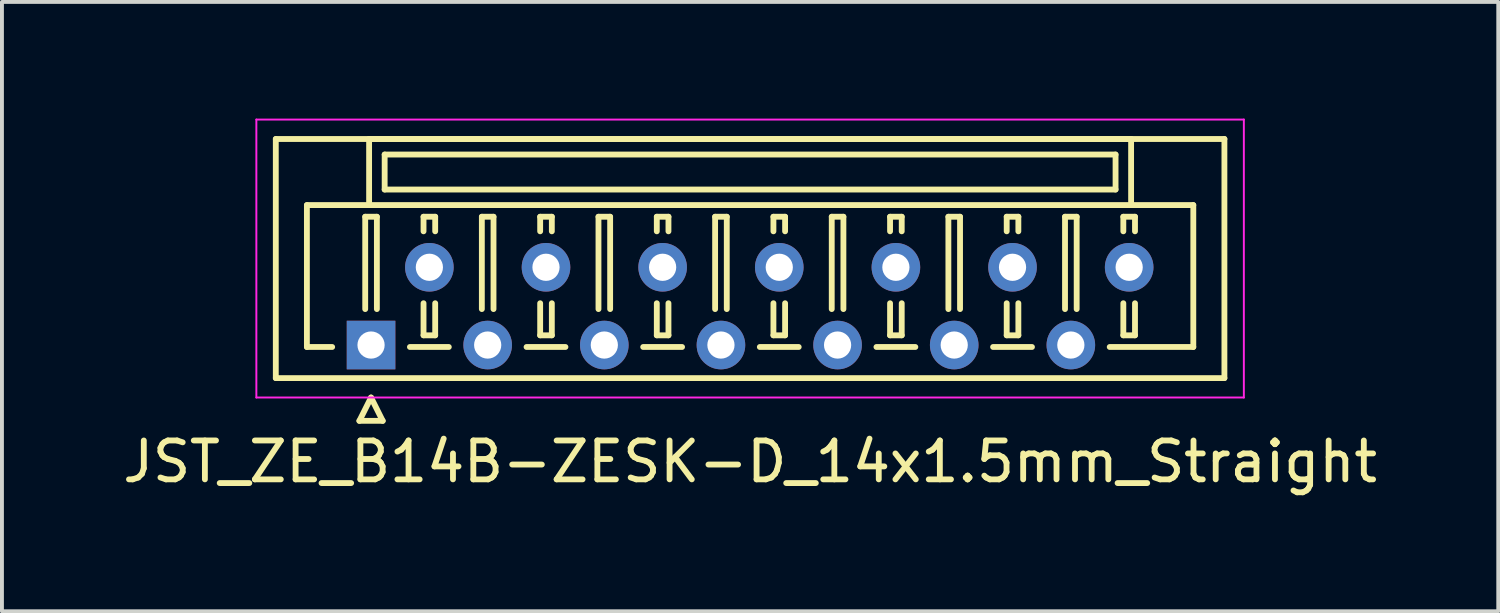
<source format=kicad_pcb>
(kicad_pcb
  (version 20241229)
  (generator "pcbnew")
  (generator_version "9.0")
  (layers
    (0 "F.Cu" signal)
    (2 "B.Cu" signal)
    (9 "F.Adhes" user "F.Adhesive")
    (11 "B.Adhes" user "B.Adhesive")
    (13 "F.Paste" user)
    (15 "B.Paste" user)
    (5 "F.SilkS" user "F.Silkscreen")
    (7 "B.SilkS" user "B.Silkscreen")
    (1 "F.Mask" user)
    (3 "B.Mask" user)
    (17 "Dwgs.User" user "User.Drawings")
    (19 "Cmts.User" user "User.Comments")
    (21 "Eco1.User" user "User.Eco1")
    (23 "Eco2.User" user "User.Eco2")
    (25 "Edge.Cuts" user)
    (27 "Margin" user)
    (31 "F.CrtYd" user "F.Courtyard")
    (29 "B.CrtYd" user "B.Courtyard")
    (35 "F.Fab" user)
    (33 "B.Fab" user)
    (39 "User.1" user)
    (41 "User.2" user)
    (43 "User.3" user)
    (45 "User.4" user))
  (footprint "JST_ZE_B14B-ZESK-D_14x1.5mm_Straight"
    (layer "F.Cu")
    (at 6.494 5.825)
    (property "Reference" "JST_ZE_B14B-ZESK-D_14x1.5mm_Straight" (at 9.75 3 0) (layer "F.SilkS") (effects (font (size 1 1) (thickness 0.15))))
    (attr through_hole)
    (fp_line (start -2.45 -5.3) (end -2.45 0.85) (stroke (width 0.15) (type solid)) (layer "F.SilkS"))
    (fp_line (start -2.45 0.85) (end 21.95 0.85) (stroke (width 0.15) (type solid)) (layer "F.SilkS"))
    (fp_line (start -1.65 -3.6) (end -1.65 0.05) (stroke (width 0.15) (type solid)) (layer "F.SilkS"))
    (fp_line (start -1.65 0.05) (end -1 0.05) (stroke (width 0.15) (type solid)) (layer "F.SilkS"))
    (fp_line (start -0.3 1.95) (end 0 1.35) (stroke (width 0.15) (type solid)) (layer "F.SilkS"))
    (fp_line (start -0.15 -3.3) (end 0.15 -3.3) (stroke (width 0.15) (type solid)) (layer "F.SilkS"))
    (fp_line (start -0.15 -0.925) (end -0.15 -3.3) (stroke (width 0.15) (type solid)) (layer "F.SilkS"))
    (fp_line (start -0.05 -5.3) (end -0.05 -3.6) (stroke (width 0.15) (type solid)) (layer "F.SilkS"))
    (fp_line (start -0.05 -3.6) (end -1.65 -3.6) (stroke (width 0.15) (type solid)) (layer "F.SilkS"))
    (fp_line (start -0.05 -3.6) (end 19.55 -3.6) (stroke (width 0.15) (type solid)) (layer "F.SilkS"))
    (fp_line (start 0 1.35) (end 0.3 1.95) (stroke (width 0.15) (type solid)) (layer "F.SilkS"))
    (fp_line (start 0.15 -3.3) (end 0.15 -0.925) (stroke (width 0.15) (type solid)) (layer "F.SilkS"))
    (fp_line (start 0.3 1.95) (end -0.3 1.95) (stroke (width 0.15) (type solid)) (layer "F.SilkS"))
    (fp_line (start 0.35 -4.9) (end 0.35 -4) (stroke (width 0.15) (type solid)) (layer "F.SilkS"))
    (fp_line (start 0.35 -4) (end 19.15 -4) (stroke (width 0.15) (type solid)) (layer "F.SilkS"))
    (fp_line (start 1 0.05) (end 2 0.05) (stroke (width 0.15) (type solid)) (layer "F.SilkS"))
    (fp_line (start 1.35 -3.3) (end 1.65 -3.3) (stroke (width 0.15) (type solid)) (layer "F.SilkS"))
    (fp_line (start 1.35 -2.925) (end 1.35 -3.3) (stroke (width 0.15) (type solid)) (layer "F.SilkS"))
    (fp_line (start 1.35 -1.075) (end 1.35 -0.25) (stroke (width 0.15) (type solid)) (layer "F.SilkS"))
    (fp_line (start 1.35 -0.25) (end 1.65 -0.25) (stroke (width 0.15) (type solid)) (layer "F.SilkS"))
    (fp_line (start 1.65 -3.3) (end 1.65 -2.925) (stroke (width 0.15) (type solid)) (layer "F.SilkS"))
    (fp_line (start 1.65 -0.25) (end 1.65 -1.075) (stroke (width 0.15) (type solid)) (layer "F.SilkS"))
    (fp_line (start 2.85 -3.3) (end 3.15 -3.3) (stroke (width 0.15) (type solid)) (layer "F.SilkS"))
    (fp_line (start 2.85 -0.925) (end 2.85 -3.3) (stroke (width 0.15) (type solid)) (layer "F.SilkS"))
    (fp_line (start 3.15 -3.3) (end 3.15 -0.925) (stroke (width 0.15) (type solid)) (layer "F.SilkS"))
    (fp_line (start 4 0.05) (end 5 0.05) (stroke (width 0.15) (type solid)) (layer "F.SilkS"))
    (fp_line (start 4.35 -3.3) (end 4.65 -3.3) (stroke (width 0.15) (type solid)) (layer "F.SilkS"))
    (fp_line (start 4.35 -2.925) (end 4.35 -3.3) (stroke (width 0.15) (type solid)) (layer "F.SilkS"))
    (fp_line (start 4.35 -1.075) (end 4.35 -0.25) (stroke (width 0.15) (type solid)) (layer "F.SilkS"))
    (fp_line (start 4.35 -0.25) (end 4.65 -0.25) (stroke (width 0.15) (type solid)) (layer "F.SilkS"))
    (fp_line (start 4.65 -3.3) (end 4.65 -2.925) (stroke (width 0.15) (type solid)) (layer "F.SilkS"))
    (fp_line (start 4.65 -0.25) (end 4.65 -1.075) (stroke (width 0.15) (type solid)) (layer "F.SilkS"))
    (fp_line (start 5.85 -3.3) (end 6.15 -3.3) (stroke (width 0.15) (type solid)) (layer "F.SilkS"))
    (fp_line (start 5.85 -0.925) (end 5.85 -3.3) (stroke (width 0.15) (type solid)) (layer "F.SilkS"))
    (fp_line (start 6.15 -3.3) (end 6.15 -0.925) (stroke (width 0.15) (type solid)) (layer "F.SilkS"))
    (fp_line (start 7 0.05) (end 8 0.05) (stroke (width 0.15) (type solid)) (layer "F.SilkS"))
    (fp_line (start 7.35 -3.3) (end 7.65 -3.3) (stroke (width 0.15) (type solid)) (layer "F.SilkS"))
    (fp_line (start 7.35 -2.925) (end 7.35 -3.3) (stroke (width 0.15) (type solid)) (layer "F.SilkS"))
    (fp_line (start 7.35 -1.075) (end 7.35 -0.25) (stroke (width 0.15) (type solid)) (layer "F.SilkS"))
    (fp_line (start 7.35 -0.25) (end 7.65 -0.25) (stroke (width 0.15) (type solid)) (layer "F.SilkS"))
    (fp_line (start 7.65 -3.3) (end 7.65 -2.925) (stroke (width 0.15) (type solid)) (layer "F.SilkS"))
    (fp_line (start 7.65 -0.25) (end 7.65 -1.075) (stroke (width 0.15) (type solid)) (layer "F.SilkS"))
    (fp_line (start 8.85 -3.3) (end 9.15 -3.3) (stroke (width 0.15) (type solid)) (layer "F.SilkS"))
    (fp_line (start 8.85 -0.925) (end 8.85 -3.3) (stroke (width 0.15) (type solid)) (layer "F.SilkS"))
    (fp_line (start 9.15 -3.3) (end 9.15 -0.925) (stroke (width 0.15) (type solid)) (layer "F.SilkS"))
    (fp_line (start 10 0.05) (end 11 0.05) (stroke (width 0.15) (type solid)) (layer "F.SilkS"))
    (fp_line (start 10.35 -3.3) (end 10.65 -3.3) (stroke (width 0.15) (type solid)) (layer "F.SilkS"))
    (fp_line (start 10.35 -2.925) (end 10.35 -3.3) (stroke (width 0.15) (type solid)) (layer "F.SilkS"))
    (fp_line (start 10.35 -1.075) (end 10.35 -0.25) (stroke (width 0.15) (type solid)) (layer "F.SilkS"))
    (fp_line (start 10.35 -0.25) (end 10.65 -0.25) (stroke (width 0.15) (type solid)) (layer "F.SilkS"))
    (fp_line (start 10.65 -3.3) (end 10.65 -2.925) (stroke (width 0.15) (type solid)) (layer "F.SilkS"))
    (fp_line (start 10.65 -0.25) (end 10.65 -1.075) (stroke (width 0.15) (type solid)) (layer "F.SilkS"))
    (fp_line (start 11.85 -3.3) (end 12.15 -3.3) (stroke (width 0.15) (type solid)) (layer "F.SilkS"))
    (fp_line (start 11.85 -0.925) (end 11.85 -3.3) (stroke (width 0.15) (type solid)) (layer "F.SilkS"))
    (fp_line (start 12.15 -3.3) (end 12.15 -0.925) (stroke (width 0.15) (type solid)) (layer "F.SilkS"))
    (fp_line (start 13 0.05) (end 14 0.05) (stroke (width 0.15) (type solid)) (layer "F.SilkS"))
    (fp_line (start 13.35 -3.3) (end 13.65 -3.3) (stroke (width 0.15) (type solid)) (layer "F.SilkS"))
    (fp_line (start 13.35 -2.925) (end 13.35 -3.3) (stroke (width 0.15) (type solid)) (layer "F.SilkS"))
    (fp_line (start 13.35 -1.075) (end 13.35 -0.25) (stroke (width 0.15) (type solid)) (layer "F.SilkS"))
    (fp_line (start 13.35 -0.25) (end 13.65 -0.25) (stroke (width 0.15) (type solid)) (layer "F.SilkS"))
    (fp_line (start 13.65 -3.3) (end 13.65 -2.925) (stroke (width 0.15) (type solid)) (layer "F.SilkS"))
    (fp_line (start 13.65 -0.25) (end 13.65 -1.075) (stroke (width 0.15) (type solid)) (layer "F.SilkS"))
    (fp_line (start 14.85 -3.3) (end 15.15 -3.3) (stroke (width 0.15) (type solid)) (layer "F.SilkS"))
    (fp_line (start 14.85 -0.925) (end 14.85 -3.3) (stroke (width 0.15) (type solid)) (layer "F.SilkS"))
    (fp_line (start 15.15 -3.3) (end 15.15 -0.925) (stroke (width 0.15) (type solid)) (layer "F.SilkS"))
    (fp_line (start 16 0.05) (end 17 0.05) (stroke (width 0.15) (type solid)) (layer "F.SilkS"))
    (fp_line (start 16.35 -3.3) (end 16.65 -3.3) (stroke (width 0.15) (type solid)) (layer "F.SilkS"))
    (fp_line (start 16.35 -2.925) (end 16.35 -3.3) (stroke (width 0.15) (type solid)) (layer "F.SilkS"))
    (fp_line (start 16.35 -1.075) (end 16.35 -0.25) (stroke (width 0.15) (type solid)) (layer "F.SilkS"))
    (fp_line (start 16.35 -0.25) (end 16.65 -0.25) (stroke (width 0.15) (type solid)) (layer "F.SilkS"))
    (fp_line (start 16.65 -3.3) (end 16.65 -2.925) (stroke (width 0.15) (type solid)) (layer "F.SilkS"))
    (fp_line (start 16.65 -0.25) (end 16.65 -1.075) (stroke (width 0.15) (type solid)) (layer "F.SilkS"))
    (fp_line (start 17.85 -3.3) (end 18.15 -3.3) (stroke (width 0.15) (type solid)) (layer "F.SilkS"))
    (fp_line (start 17.85 -0.925) (end 17.85 -3.3) (stroke (width 0.15) (type solid)) (layer "F.SilkS"))
    (fp_line (start 18.15 -3.3) (end 18.15 -0.925) (stroke (width 0.15) (type solid)) (layer "F.SilkS"))
    (fp_line (start 19.15 -4.9) (end 0.35 -4.9) (stroke (width 0.15) (type solid)) (layer "F.SilkS"))
    (fp_line (start 19.15 -4) (end 19.15 -4.9) (stroke (width 0.15) (type solid)) (layer "F.SilkS"))
    (fp_line (start 19.35 -3.3) (end 19.65 -3.3) (stroke (width 0.15) (type solid)) (layer "F.SilkS"))
    (fp_line (start 19.35 -2.925) (end 19.35 -3.3) (stroke (width 0.15) (type solid)) (layer "F.SilkS"))
    (fp_line (start 19.35 -1.075) (end 19.35 -0.25) (stroke (width 0.15) (type solid)) (layer "F.SilkS"))
    (fp_line (start 19.35 -0.25) (end 19.65 -0.25) (stroke (width 0.15) (type solid)) (layer "F.SilkS"))
    (fp_line (start 19.55 -5.3) (end -0.05 -5.3) (stroke (width 0.15) (type solid)) (layer "F.SilkS"))
    (fp_line (start 19.55 -3.6) (end 19.55 -5.3) (stroke (width 0.15) (type solid)) (layer "F.SilkS"))
    (fp_line (start 19.55 -3.6) (end 21.15 -3.6) (stroke (width 0.15) (type solid)) (layer "F.SilkS"))
    (fp_line (start 19.65 -3.3) (end 19.65 -2.925) (stroke (width 0.15) (type solid)) (layer "F.SilkS"))
    (fp_line (start 19.65 -0.25) (end 19.65 -1.075) (stroke (width 0.15) (type solid)) (layer "F.SilkS"))
    (fp_line (start 21.15 -3.6) (end 21.15 0.05) (stroke (width 0.15) (type solid)) (layer "F.SilkS"))
    (fp_line (start 21.15 0.05) (end 19 0.05) (stroke (width 0.15) (type solid)) (layer "F.SilkS"))
    (fp_line (start 21.95 -5.3) (end -2.45 -5.3) (stroke (width 0.15) (type solid)) (layer "F.SilkS"))
    (fp_line (start 21.95 0.85) (end 21.95 -5.3) (stroke (width 0.15) (type solid)) (layer "F.SilkS"))
    (fp_line (start -2.95 -5.8) (end -2.95 1.35) (stroke (width 0.05) (type solid)) (layer "F.CrtYd"))
    (fp_line (start -2.95 1.35) (end 22.45 1.35) (stroke (width 0.05) (type solid)) (layer "F.CrtYd"))
    (fp_line (start 22.45 -5.8) (end -2.95 -5.8) (stroke (width 0.05) (type solid)) (layer "F.CrtYd"))
    (fp_line (start 22.45 1.35) (end 22.45 -5.8) (stroke (width 0.05) (type solid)) (layer "F.CrtYd"))
    (pad "1" thru_hole rect (at 0 0) (size 1.25 1.25) (drill 0.7) (layers "*.Cu" "*.Mask"))
    (pad "2" thru_hole circle (at 1.5 -2) (size 1.25 1.25) (drill 0.7) (layers "*.Cu" "*.Mask"))
    (pad "3" thru_hole circle (at 3 0) (size 1.25 1.25) (drill 0.7) (layers "*.Cu" "*.Mask"))
    (pad "4" thru_hole circle (at 4.5 -2) (size 1.25 1.25) (drill 0.7) (layers "*.Cu" "*.Mask"))
    (pad "5" thru_hole circle (at 6 0) (size 1.25 1.25) (drill 0.7) (layers "*.Cu" "*.Mask"))
    (pad "6" thru_hole circle (at 7.5 -2) (size 1.25 1.25) (drill 0.7) (layers "*.Cu" "*.Mask"))
    (pad "7" thru_hole circle (at 9 0) (size 1.25 1.25) (drill 0.7) (layers "*.Cu" "*.Mask"))
    (pad "8" thru_hole circle (at 10.5 -2) (size 1.25 1.25) (drill 0.7) (layers "*.Cu" "*.Mask"))
    (pad "9" thru_hole circle (at 12 0) (size 1.25 1.25) (drill 0.7) (layers "*.Cu" "*.Mask"))
    (pad "10" thru_hole circle (at 13.5 -2) (size 1.25 1.25) (drill 0.7) (layers "*.Cu" "*.Mask"))
    (pad "11" thru_hole circle (at 15 0) (size 1.25 1.25) (drill 0.7) (layers "*.Cu" "*.Mask"))
    (pad "12" thru_hole circle (at 16.5 -2) (size 1.25 1.25) (drill 0.7) (layers "*.Cu" "*.Mask"))
    (pad "13" thru_hole circle (at 18 0) (size 1.25 1.25) (drill 0.7) (layers "*.Cu" "*.Mask"))
    (pad "14" thru_hole circle (at 19.5 -2) (size 1.25 1.25) (drill 0.7) (layers "*.Cu" "*.Mask")))
  (gr_rect
    (start -3 -3)
    (end 35.488 12.673)
    (stroke (width 0.1) (type default))
    (fill no)
    (layer "Edge.Cuts")))
</source>
